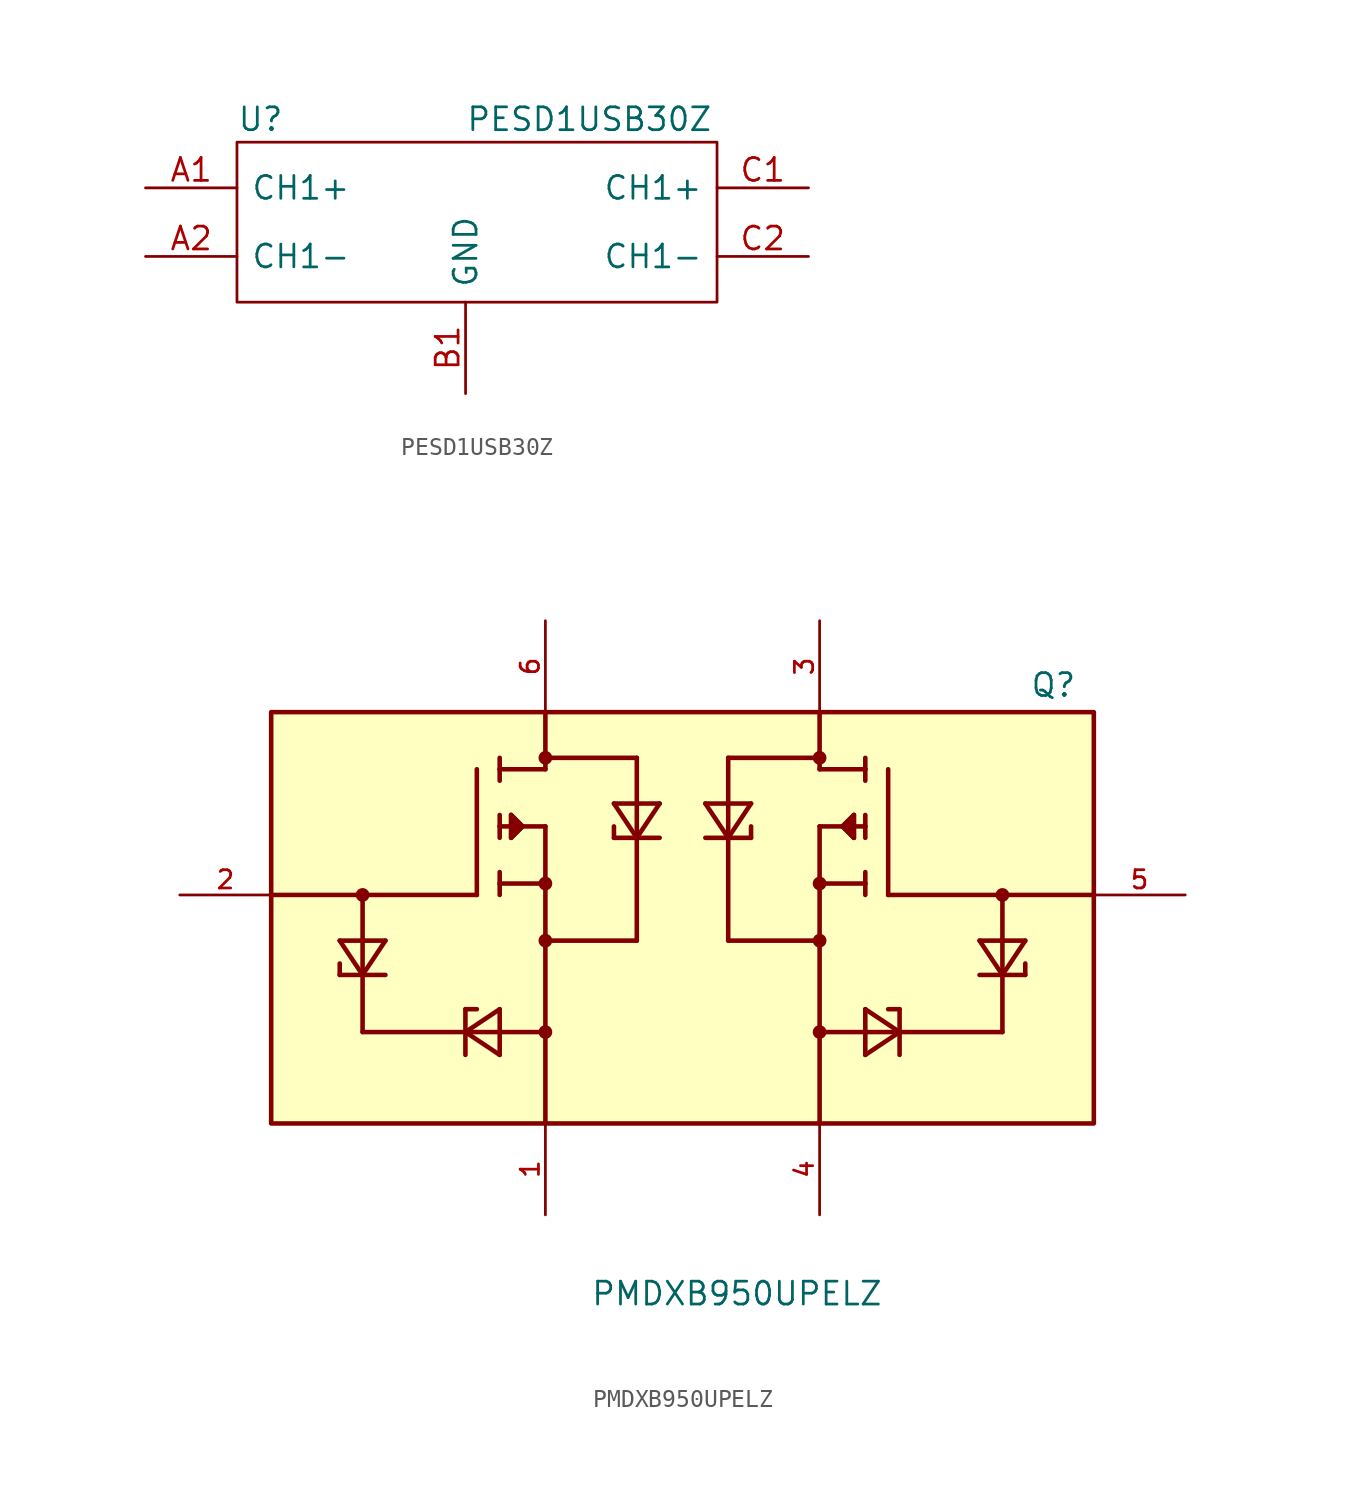
<source format=kicad_sym>
(kicad_symbol_lib
  (version 20231120)
  (generator "kicad_symbol_editor")
  (generator_version "8.0")
  (symbol "PESD1USB30Z"
    (pin_names
      (offset 0.762))
    (property "Reference" "U"
      (at -12.7 5.08 0)
      (effects (font (size 1.27 1.27)) (justify left)))
    (property "Value" "PESD1USB30Z"
      (at 0 5.08 0)
      (effects (font (size 1.27 1.27)) (justify left)))
    (symbol "PESD1USB30Z_0_0"
      (pin passive line (at -17.78 1.27 0) (length 5.08) (name "CH1+" (effects (font (size 1.27 1.27)))) (number "A1" (effects (font (size 1.27 1.27)))))
      (pin passive line (at -17.78 -2.54 0) (length 5.08) (name "CH1-" (effects (font (size 1.27 1.27)))) (number "A2" (effects (font (size 1.27 1.27)))))
      (pin passive line (at 0 -10.16 90) (length 5.08) (name "GND" (effects (font (size 1.27 1.27)))) (number "B1" (effects (font (size 1.27 1.27)))))
      (pin passive line (at 19.05 1.27 180) (length 5.08) (name "CH1+" (effects (font (size 1.27 1.27)))) (number "C1" (effects (font (size 1.27 1.27)))))
      (pin passive line (at 19.05 -2.54 180) (length 5.08) (name "CH1-" (effects (font (size 1.27 1.27)))) (number "C2" (effects (font (size 1.27 1.27))))))
    (symbol "PESD1USB30Z_0_1"
      (polyline (pts (xy -12.7 3.81) (xy 13.97 3.81) (xy 13.97 -5.08) (xy -12.7 -5.08) (xy -12.7 3.81)) (stroke (width 0.152) (type default)) (fill (type none)))))
  (symbol "PMDXB950UPELZ"
    (pin_names
      (offset 1.016))
    (property "Reference" "Q"
      (at 1.524 10.922 0)
      (effects (font (size 1.27 1.27)) (justify left bottom)))
    (property "Value" "PMDXB950UPELZ"
      (at -22.899 -22.899 0)
      (effects (font (size 1.27 1.27)) (justify left bottom)))
    (symbol "PMDXB950UPELZ_0_0"
      (rectangle (start -40.64 -12.7) (end 5.08 10.16) (stroke (width 0.254) (type default)) (fill (type background)))
      (circle (center -35.56 0) (radius 0.254) (stroke (width 0.254) (type default)) (fill (type none)))
      (circle (center -25.4 -7.62) (radius 0.254) (stroke (width 0.254) (type default)) (fill (type none)))
      (circle (center -25.4 -2.54) (radius 0.254) (stroke (width 0.254) (type default)) (fill (type none)))
      (circle (center -25.4 0.635) (radius 0.254) (stroke (width 0.254) (type default)) (fill (type none)))
      (circle (center -25.4 7.62) (radius 0.254) (stroke (width 0.254) (type default)) (fill (type none)))
      (circle (center -10.16 -7.62) (radius 0.254) (stroke (width 0.254) (type default)) (fill (type none)))
      (circle (center -10.16 -2.54) (radius 0.254) (stroke (width 0.254) (type default)) (fill (type none)))
      (circle (center -10.16 0.635) (radius 0.254) (stroke (width 0.254) (type default)) (fill (type none)))
      (circle (center -10.16 7.62) (radius 0.254) (stroke (width 0.254) (type default)) (fill (type none)))
      (polyline (pts (xy -40.64 0) (xy -35.56 0)) (stroke (width 0.254) (type default)) (fill (type none)))
      (polyline (pts (xy -36.83 -4.445) (xy -36.83 -3.81)) (stroke (width 0.254) (type default)) (fill (type none)))
      (polyline (pts (xy -36.83 -2.54) (xy -35.56 -4.445)) (stroke (width 0.254) (type default)) (fill (type none)))
      (polyline (pts (xy -35.56 -7.62) (xy -29.845 -7.62)) (stroke (width 0.254) (type default)) (fill (type none)))
      (polyline (pts (xy -35.56 -4.445) (xy -36.83 -4.445)) (stroke (width 0.254) (type default)) (fill (type none)))
      (polyline (pts (xy -35.56 -4.445) (xy -35.56 -7.62)) (stroke (width 0.254) (type default)) (fill (type none)))
      (polyline (pts (xy -35.56 -4.445) (xy -34.29 -2.54)) (stroke (width 0.254) (type default)) (fill (type none)))
      (polyline (pts (xy -35.56 -2.54) (xy -36.83 -2.54)) (stroke (width 0.254) (type default)) (fill (type none)))
      (polyline (pts (xy -35.56 -2.54) (xy -35.56 -4.445)) (stroke (width 0.254) (type default)) (fill (type none)))
      (polyline (pts (xy -35.56 0) (xy -35.56 -2.54)) (stroke (width 0.254) (type default)) (fill (type none)))
      (polyline (pts (xy -35.56 0) (xy -29.21 0)) (stroke (width 0.254) (type default)) (fill (type none)))
      (polyline (pts (xy -34.29 -4.445) (xy -35.56 -4.445)) (stroke (width 0.254) (type default)) (fill (type none)))
      (polyline (pts (xy -34.29 -2.54) (xy -35.56 -2.54)) (stroke (width 0.254) (type default)) (fill (type none)))
      (polyline (pts (xy -29.845 -8.89) (xy -29.845 -7.62)) (stroke (width 0.254) (type default)) (fill (type none)))
      (polyline (pts (xy -29.845 -7.62) (xy -29.845 -6.35)) (stroke (width 0.254) (type default)) (fill (type none)))
      (polyline (pts (xy -29.845 -7.62) (xy -27.94 -8.89)) (stroke (width 0.254) (type default)) (fill (type none)))
      (polyline (pts (xy -29.845 -7.62) (xy -27.94 -7.62)) (stroke (width 0.254) (type default)) (fill (type none)))
      (polyline (pts (xy -29.845 -6.35) (xy -29.21 -6.35)) (stroke (width 0.254) (type default)) (fill (type none)))
      (polyline (pts (xy -29.21 0) (xy -29.21 6.985)) (stroke (width 0.254) (type default)) (fill (type none)))
      (polyline (pts (xy -27.94 -8.89) (xy -27.94 -7.62)) (stroke (width 0.254) (type default)) (fill (type none)))
      (polyline (pts (xy -27.94 -7.62) (xy -27.94 -6.35)) (stroke (width 0.254) (type default)) (fill (type none)))
      (polyline (pts (xy -27.94 -6.35) (xy -29.845 -7.62)) (stroke (width 0.254) (type default)) (fill (type none)))
      (polyline (pts (xy -27.94 0) (xy -27.94 0.635)) (stroke (width 0.254) (type default)) (fill (type none)))
      (polyline (pts (xy -27.94 0.635) (xy -27.94 1.27)) (stroke (width 0.254) (type default)) (fill (type none)))
      (polyline (pts (xy -27.94 0.635) (xy -25.4 0.635)) (stroke (width 0.254) (type default)) (fill (type none)))
      (polyline (pts (xy -27.94 3.81) (xy -27.94 3.175)) (stroke (width 0.254) (type default)) (fill (type none)))
      (polyline (pts (xy -27.94 3.81) (xy -27.305 3.81)) (stroke (width 0.254) (type default)) (fill (type none)))
      (polyline (pts (xy -27.94 4.445) (xy -27.94 3.81)) (stroke (width 0.254) (type default)) (fill (type none)))
      (polyline (pts (xy -27.94 6.985) (xy -27.94 6.35)) (stroke (width 0.254) (type default)) (fill (type none)))
      (polyline (pts (xy -27.94 6.985) (xy -25.4 6.985)) (stroke (width 0.254) (type default)) (fill (type none)))
      (polyline (pts (xy -27.94 7.62) (xy -27.94 6.985)) (stroke (width 0.254) (type default)) (fill (type none)))
      (polyline (pts (xy -27.305 3.175) (xy -27.305 3.81)) (stroke (width 0.254) (type default)) (fill (type none)))
      (polyline (pts (xy -27.305 3.81) (xy -27.305 4.445)) (stroke (width 0.254) (type default)) (fill (type none)))
      (polyline (pts (xy -27.305 4.445) (xy -26.67 3.81)) (stroke (width 0.254) (type default)) (fill (type none)))
      (polyline (pts (xy -26.67 3.81) (xy -27.305 3.175)) (stroke (width 0.254) (type default)) (fill (type none)))
      (polyline (pts (xy -26.67 3.81) (xy -25.4 3.81)) (stroke (width 0.254) (type default)) (fill (type none)))
      (polyline (pts (xy -25.4 -7.62) (xy -27.94 -7.62)) (stroke (width 0.254) (type default)) (fill (type none)))
      (polyline (pts (xy -25.4 -7.62) (xy -25.4 -12.7)) (stroke (width 0.254) (type default)) (fill (type none)))
      (polyline (pts (xy -25.4 -2.54) (xy -25.4 -7.62)) (stroke (width 0.254) (type default)) (fill (type none)))
      (polyline (pts (xy -25.4 0.635) (xy -25.4 -2.54)) (stroke (width 0.254) (type default)) (fill (type none)))
      (polyline (pts (xy -25.4 3.81) (xy -25.4 0.635)) (stroke (width 0.254) (type default)) (fill (type none)))
      (polyline (pts (xy -25.4 6.985) (xy -25.4 7.62)) (stroke (width 0.254) (type default)) (fill (type none)))
      (polyline (pts (xy -25.4 7.62) (xy -25.4 10.16)) (stroke (width 0.254) (type default)) (fill (type none)))
      (polyline (pts (xy -25.4 7.62) (xy -20.32 7.62)) (stroke (width 0.254) (type default)) (fill (type none)))
      (polyline (pts (xy -21.59 3.175) (xy -21.59 3.81)) (stroke (width 0.254) (type default)) (fill (type none)))
      (polyline (pts (xy -21.59 3.175) (xy -20.32 3.175)) (stroke (width 0.254) (type default)) (fill (type none)))
      (polyline (pts (xy -21.59 5.08) (xy -20.32 3.175)) (stroke (width 0.254) (type default)) (fill (type none)))
      (polyline (pts (xy -20.32 -2.54) (xy -25.4 -2.54)) (stroke (width 0.254) (type default)) (fill (type none)))
      (polyline (pts (xy -20.32 3.175) (xy -20.32 -2.54)) (stroke (width 0.254) (type default)) (fill (type none)))
      (polyline (pts (xy -20.32 3.175) (xy -20.32 5.08)) (stroke (width 0.254) (type default)) (fill (type none)))
      (polyline (pts (xy -20.32 3.175) (xy -19.05 5.08)) (stroke (width 0.254) (type default)) (fill (type none)))
      (polyline (pts (xy -20.32 5.08) (xy -21.59 5.08)) (stroke (width 0.254) (type default)) (fill (type none)))
      (polyline (pts (xy -20.32 7.62) (xy -20.32 5.08)) (stroke (width 0.254) (type default)) (fill (type none)))
      (polyline (pts (xy -19.05 3.175) (xy -20.32 3.175)) (stroke (width 0.254) (type default)) (fill (type none)))
      (polyline (pts (xy -19.05 5.08) (xy -20.32 5.08)) (stroke (width 0.254) (type default)) (fill (type none)))
      (polyline (pts (xy -16.51 3.175) (xy -15.24 3.175)) (stroke (width 0.254) (type default)) (fill (type none)))
      (polyline (pts (xy -16.51 5.08) (xy -15.24 5.08)) (stroke (width 0.254) (type default)) (fill (type none)))
      (polyline (pts (xy -15.24 -2.54) (xy -10.16 -2.54)) (stroke (width 0.254) (type default)) (fill (type none)))
      (polyline (pts (xy -15.24 3.175) (xy -16.51 5.08)) (stroke (width 0.254) (type default)) (fill (type none)))
      (polyline (pts (xy -15.24 3.175) (xy -15.24 -2.54)) (stroke (width 0.254) (type default)) (fill (type none)))
      (polyline (pts (xy -15.24 3.175) (xy -15.24 5.08)) (stroke (width 0.254) (type default)) (fill (type none)))
      (polyline (pts (xy -15.24 5.08) (xy -13.97 5.08)) (stroke (width 0.254) (type default)) (fill (type none)))
      (polyline (pts (xy -15.24 7.62) (xy -15.24 5.08)) (stroke (width 0.254) (type default)) (fill (type none)))
      (polyline (pts (xy -13.97 3.175) (xy -15.24 3.175)) (stroke (width 0.254) (type default)) (fill (type none)))
      (polyline (pts (xy -13.97 3.175) (xy -13.97 3.81)) (stroke (width 0.254) (type default)) (fill (type none)))
      (polyline (pts (xy -13.97 5.08) (xy -15.24 3.175)) (stroke (width 0.254) (type default)) (fill (type none)))
      (polyline (pts (xy -10.16 -7.62) (xy -10.16 -12.7)) (stroke (width 0.254) (type default)) (fill (type none)))
      (polyline (pts (xy -10.16 -7.62) (xy -7.62 -7.62)) (stroke (width 0.254) (type default)) (fill (type none)))
      (polyline (pts (xy -10.16 -2.54) (xy -10.16 -7.62)) (stroke (width 0.254) (type default)) (fill (type none)))
      (polyline (pts (xy -10.16 0.635) (xy -10.16 -2.54)) (stroke (width 0.254) (type default)) (fill (type none)))
      (polyline (pts (xy -10.16 3.81) (xy -10.16 0.635)) (stroke (width 0.254) (type default)) (fill (type none)))
      (polyline (pts (xy -10.16 6.985) (xy -10.16 7.62)) (stroke (width 0.254) (type default)) (fill (type none)))
      (polyline (pts (xy -10.16 7.62) (xy -15.24 7.62)) (stroke (width 0.254) (type default)) (fill (type none)))
      (polyline (pts (xy -10.16 7.62) (xy -10.16 10.16)) (stroke (width 0.254) (type default)) (fill (type none)))
      (polyline (pts (xy -8.89 3.81) (xy -10.16 3.81)) (stroke (width 0.254) (type default)) (fill (type none)))
      (polyline (pts (xy -8.89 3.81) (xy -8.255 3.175)) (stroke (width 0.254) (type default)) (fill (type none)))
      (polyline (pts (xy -8.255 3.175) (xy -8.255 3.81)) (stroke (width 0.254) (type default)) (fill (type none)))
      (polyline (pts (xy -8.255 3.81) (xy -8.255 4.445)) (stroke (width 0.254) (type default)) (fill (type none)))
      (polyline (pts (xy -8.255 4.445) (xy -8.89 3.81)) (stroke (width 0.254) (type default)) (fill (type none)))
      (polyline (pts (xy -7.62 -8.89) (xy -7.62 -7.62)) (stroke (width 0.254) (type default)) (fill (type none)))
      (polyline (pts (xy -7.62 -7.62) (xy -7.62 -6.35)) (stroke (width 0.254) (type default)) (fill (type none)))
      (polyline (pts (xy -7.62 -6.35) (xy -5.715 -7.62)) (stroke (width 0.254) (type default)) (fill (type none)))
      (polyline (pts (xy -7.62 0) (xy -7.62 0.635)) (stroke (width 0.254) (type default)) (fill (type none)))
      (polyline (pts (xy -7.62 0.635) (xy -10.16 0.635)) (stroke (width 0.254) (type default)) (fill (type none)))
      (polyline (pts (xy -7.62 0.635) (xy -7.62 1.27)) (stroke (width 0.254) (type default)) (fill (type none)))
      (polyline (pts (xy -7.62 3.81) (xy -8.255 3.81)) (stroke (width 0.254) (type default)) (fill (type none)))
      (polyline (pts (xy -7.62 3.81) (xy -7.62 3.175)) (stroke (width 0.254) (type default)) (fill (type none)))
      (polyline (pts (xy -7.62 4.445) (xy -7.62 3.81)) (stroke (width 0.254) (type default)) (fill (type none)))
      (polyline (pts (xy -7.62 6.985) (xy -10.16 6.985)) (stroke (width 0.254) (type default)) (fill (type none)))
      (polyline (pts (xy -7.62 6.985) (xy -7.62 6.35)) (stroke (width 0.254) (type default)) (fill (type none)))
      (polyline (pts (xy -7.62 7.62) (xy -7.62 6.985)) (stroke (width 0.254) (type default)) (fill (type none)))
      (polyline (pts (xy -6.35 0) (xy -6.35 6.985)) (stroke (width 0.254) (type default)) (fill (type none)))
      (polyline (pts (xy -5.715 -8.89) (xy -5.715 -7.62)) (stroke (width 0.254) (type default)) (fill (type none)))
      (polyline (pts (xy -5.715 -7.62) (xy -7.62 -8.89)) (stroke (width 0.254) (type default)) (fill (type none)))
      (polyline (pts (xy -5.715 -7.62) (xy -7.62 -7.62)) (stroke (width 0.254) (type default)) (fill (type none)))
      (polyline (pts (xy -5.715 -7.62) (xy -5.715 -6.35)) (stroke (width 0.254) (type default)) (fill (type none)))
      (polyline (pts (xy -5.715 -6.35) (xy -6.35 -6.35)) (stroke (width 0.254) (type default)) (fill (type none)))
      (polyline (pts (xy -1.27 -4.445) (xy 0 -4.445)) (stroke (width 0.254) (type default)) (fill (type none)))
      (polyline (pts (xy -1.27 -2.54) (xy 0 -2.54)) (stroke (width 0.254) (type default)) (fill (type none)))
      (polyline (pts (xy 0 -7.62) (xy -5.715 -7.62)) (stroke (width 0.254) (type default)) (fill (type none)))
      (polyline (pts (xy 0 -4.445) (xy -1.27 -2.54)) (stroke (width 0.254) (type default)) (fill (type none)))
      (polyline (pts (xy 0 -4.445) (xy 0 -7.62)) (stroke (width 0.254) (type default)) (fill (type none)))
      (polyline (pts (xy 0 -4.445) (xy 1.27 -4.445)) (stroke (width 0.254) (type default)) (fill (type none)))
      (polyline (pts (xy 0 -2.54) (xy 0 -4.445)) (stroke (width 0.254) (type default)) (fill (type none)))
      (polyline (pts (xy 0 -2.54) (xy 1.27 -2.54)) (stroke (width 0.254) (type default)) (fill (type none)))
      (polyline (pts (xy 0 0) (xy -6.35 0)) (stroke (width 0.254) (type default)) (fill (type none)))
      (polyline (pts (xy 0 0) (xy 0 -2.54)) (stroke (width 0.254) (type default)) (fill (type none)))
      (polyline (pts (xy 1.27 -4.445) (xy 1.27 -3.81)) (stroke (width 0.254) (type default)) (fill (type none)))
      (polyline (pts (xy 1.27 -2.54) (xy 0 -4.445)) (stroke (width 0.254) (type default)) (fill (type none)))
      (polyline (pts (xy 5.08 0) (xy 0 0)) (stroke (width 0.254) (type default)) (fill (type none)))
      (polyline (pts (xy -27.305 3.175) (xy -27.305 4.445) (xy -26.67 3.81) (xy -27.305 3.175)) (stroke (width 0.254) (type default)) (fill (type outline)))
      (polyline (pts (xy -8.255 3.175) (xy -8.255 4.445) (xy -8.89 3.81) (xy -8.255 3.175)) (stroke (width 0.254) (type default)) (fill (type outline)))
      (circle (center 0 0) (radius 0.254) (stroke (width 0.254) (type default)) (fill (type none)))
      (pin passive line (at -25.4 -17.78 90) (length 5.08) (name "~" (effects (font (size 1.016 1.016)))) (number "1" (effects (font (size 1.016 1.016)))))
      (pin passive line (at -45.72 0 0) (length 5.08) (name "~" (effects (font (size 1.016 1.016)))) (number "2" (effects (font (size 1.016 1.016)))))
      (pin passive line (at -10.16 15.24 270) (length 5.08) (name "~" (effects (font (size 1.016 1.016)))) (number "3" (effects (font (size 1.016 1.016)))))
      (pin passive line (at -10.16 -17.78 90) (length 5.08) (name "~" (effects (font (size 1.016 1.016)))) (number "4" (effects (font (size 1.016 1.016)))))
      (pin passive line (at 10.16 0 180) (length 5.08) (name "~" (effects (font (size 1.016 1.016)))) (number "5" (effects (font (size 1.016 1.016)))))
      (pin passive line (at -25.4 15.24 270) (length 5.08) (name "~" (effects (font (size 1.016 1.016)))) (number "6" (effects (font (size 1.016 1.016))))))))
</source>
